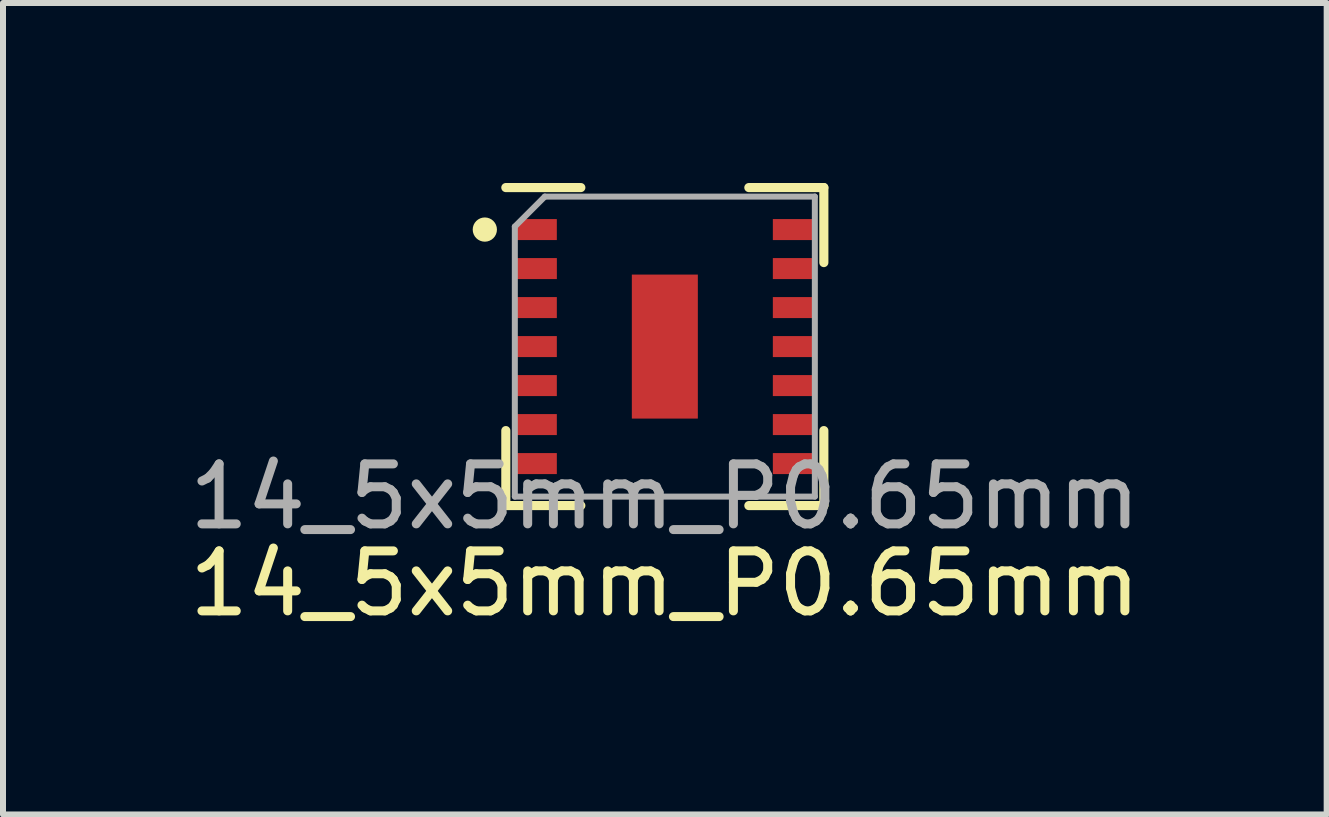
<source format=kicad_pcb>
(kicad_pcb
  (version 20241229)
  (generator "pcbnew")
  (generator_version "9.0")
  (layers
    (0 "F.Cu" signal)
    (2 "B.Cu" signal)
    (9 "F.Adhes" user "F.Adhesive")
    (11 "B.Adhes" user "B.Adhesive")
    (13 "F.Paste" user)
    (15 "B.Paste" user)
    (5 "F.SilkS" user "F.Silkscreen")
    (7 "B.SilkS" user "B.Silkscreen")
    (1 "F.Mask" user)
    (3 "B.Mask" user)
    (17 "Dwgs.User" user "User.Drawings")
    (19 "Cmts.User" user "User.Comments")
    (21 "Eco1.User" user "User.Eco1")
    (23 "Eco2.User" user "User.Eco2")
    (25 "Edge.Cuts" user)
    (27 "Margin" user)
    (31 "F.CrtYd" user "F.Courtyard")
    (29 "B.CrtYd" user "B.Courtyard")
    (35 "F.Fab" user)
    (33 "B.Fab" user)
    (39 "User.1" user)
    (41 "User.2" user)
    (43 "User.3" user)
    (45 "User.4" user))
  (footprint "14_5x5mm_P0.65mm"
    (layer "F.Cu")
    (at 8.03 2.726)
    (property "Reference" "14_5x5mm_P0.65mm" (at 0 3.95 0) (unlocked yes) (layer "F.SilkS") (effects (font (size 1 1) (thickness 0.15))))
    (attr smd)
    (fp_line (start -2.65 -2.65) (end -1.4 -2.65) (stroke (width 0.152) (type solid)) (layer "F.SilkS"))
    (fp_line (start -2.65 2.65) (end -2.65 1.4) (stroke (width 0.152) (type solid)) (layer "F.SilkS"))
    (fp_line (start -2.65 2.65) (end -1.4 2.65) (stroke (width 0.152) (type solid)) (layer "F.SilkS"))
    (fp_line (start 2.65 -2.65) (end 1.4 -2.65) (stroke (width 0.152) (type solid)) (layer "F.SilkS"))
    (fp_line (start 2.65 -2.65) (end 2.65 -1.4) (stroke (width 0.152) (type solid)) (layer "F.SilkS"))
    (fp_line (start 2.65 2.65) (end 1.4 2.65) (stroke (width 0.152) (type solid)) (layer "F.SilkS"))
    (fp_line (start 2.65 2.65) (end 2.65 1.4) (stroke (width 0.152) (type solid)) (layer "F.SilkS"))
    (fp_circle (center -3 -1.95) (end -2.848 -1.95) (stroke (width 0.1) (type solid)) (fill yes) (layer "F.SilkS"))
    (fp_line (start -2.5 -2) (end -2.5 2.5) (stroke (width 0.1) (type solid)) (layer "F.Fab"))
    (fp_line (start -2.5 -2) (end -2 -2.5) (stroke (width 0.1) (type solid)) (layer "F.Fab"))
    (fp_line (start -2.5 2.5) (end 2.5 2.5) (stroke (width 0.1) (type solid)) (layer "F.Fab"))
    (fp_line (start 2.5 -2.5) (end -2 -2.5) (stroke (width 0.1) (type solid)) (layer "F.Fab"))
    (fp_line (start 2.5 2.5) (end 2.5 -2.5) (stroke (width 0.1) (type solid)) (layer "F.Fab"))
    (fp_text user "${REFERENCE}" (at 0 2.5 0) (unlocked yes) (layer "F.Fab") (effects (font (size 1 1) (thickness 0.15))))
    (pad "1" smd roundrect (at -2.15 -1.95) (size 0.7 0.35) (layers "F.Cu" "F.Mask" "F.Paste") (roundrect_rratio 0) (chamfer_ratio 0.2) (chamfer top_left))
    (pad "2" smd rect (at -2.152 -1.3) (size 0.705 0.35) (layers "F.Cu" "F.Mask" "F.Paste"))
    (pad "3" smd rect (at -2.15 -0.65) (size 0.7 0.35) (layers "F.Cu" "F.Mask" "F.Paste"))
    (pad "4" smd rect (at -2.15 0) (size 0.7 0.35) (layers "F.Cu" "F.Mask" "F.Paste"))
    (pad "5" smd rect (at -2.15 0.65) (size 0.7 0.35) (layers "F.Cu" "F.Mask" "F.Paste"))
    (pad "6" smd rect (at -2.15 1.3) (size 0.7 0.35) (layers "F.Cu" "F.Mask" "F.Paste"))
    (pad "7" smd rect (at -2.15 1.95) (size 0.7 0.35) (layers "F.Cu" "F.Mask" "F.Paste"))
    (pad "8" smd rect (at 2.15 1.95) (size 0.7 0.35) (layers "F.Cu" "F.Mask" "F.Paste"))
    (pad "9" smd rect (at 2.15 1.3) (size 0.7 0.35) (layers "F.Cu" "F.Mask" "F.Paste"))
    (pad "10" smd rect (at 2.15 0.65) (size 0.7 0.35) (layers "F.Cu" "F.Mask" "F.Paste"))
    (pad "11" smd rect (at 2.15 0) (size 0.7 0.35) (layers "F.Cu" "F.Mask" "F.Paste"))
    (pad "12" smd rect (at 2.15 -0.65) (size 0.7 0.35) (layers "F.Cu" "F.Mask" "F.Paste"))
    (pad "13" smd rect (at 2.15 -1.3) (size 0.7 0.35) (layers "F.Cu" "F.Mask" "F.Paste"))
    (pad "14" smd rect (at 2.15 -1.95) (size 0.7 0.35) (layers "F.Cu" "F.Mask" "F.Paste"))
    (pad "15" smd rect (at 0 0) (size 1.1 2.4) (layers "F.Cu" "F.Mask" "F.Paste")))
  (gr_rect
    (start -3 -3)
    (end 19.06 10.524)
    (stroke (width 0.1) (type default))
    (fill no)
    (layer "Edge.Cuts")))
</source>
